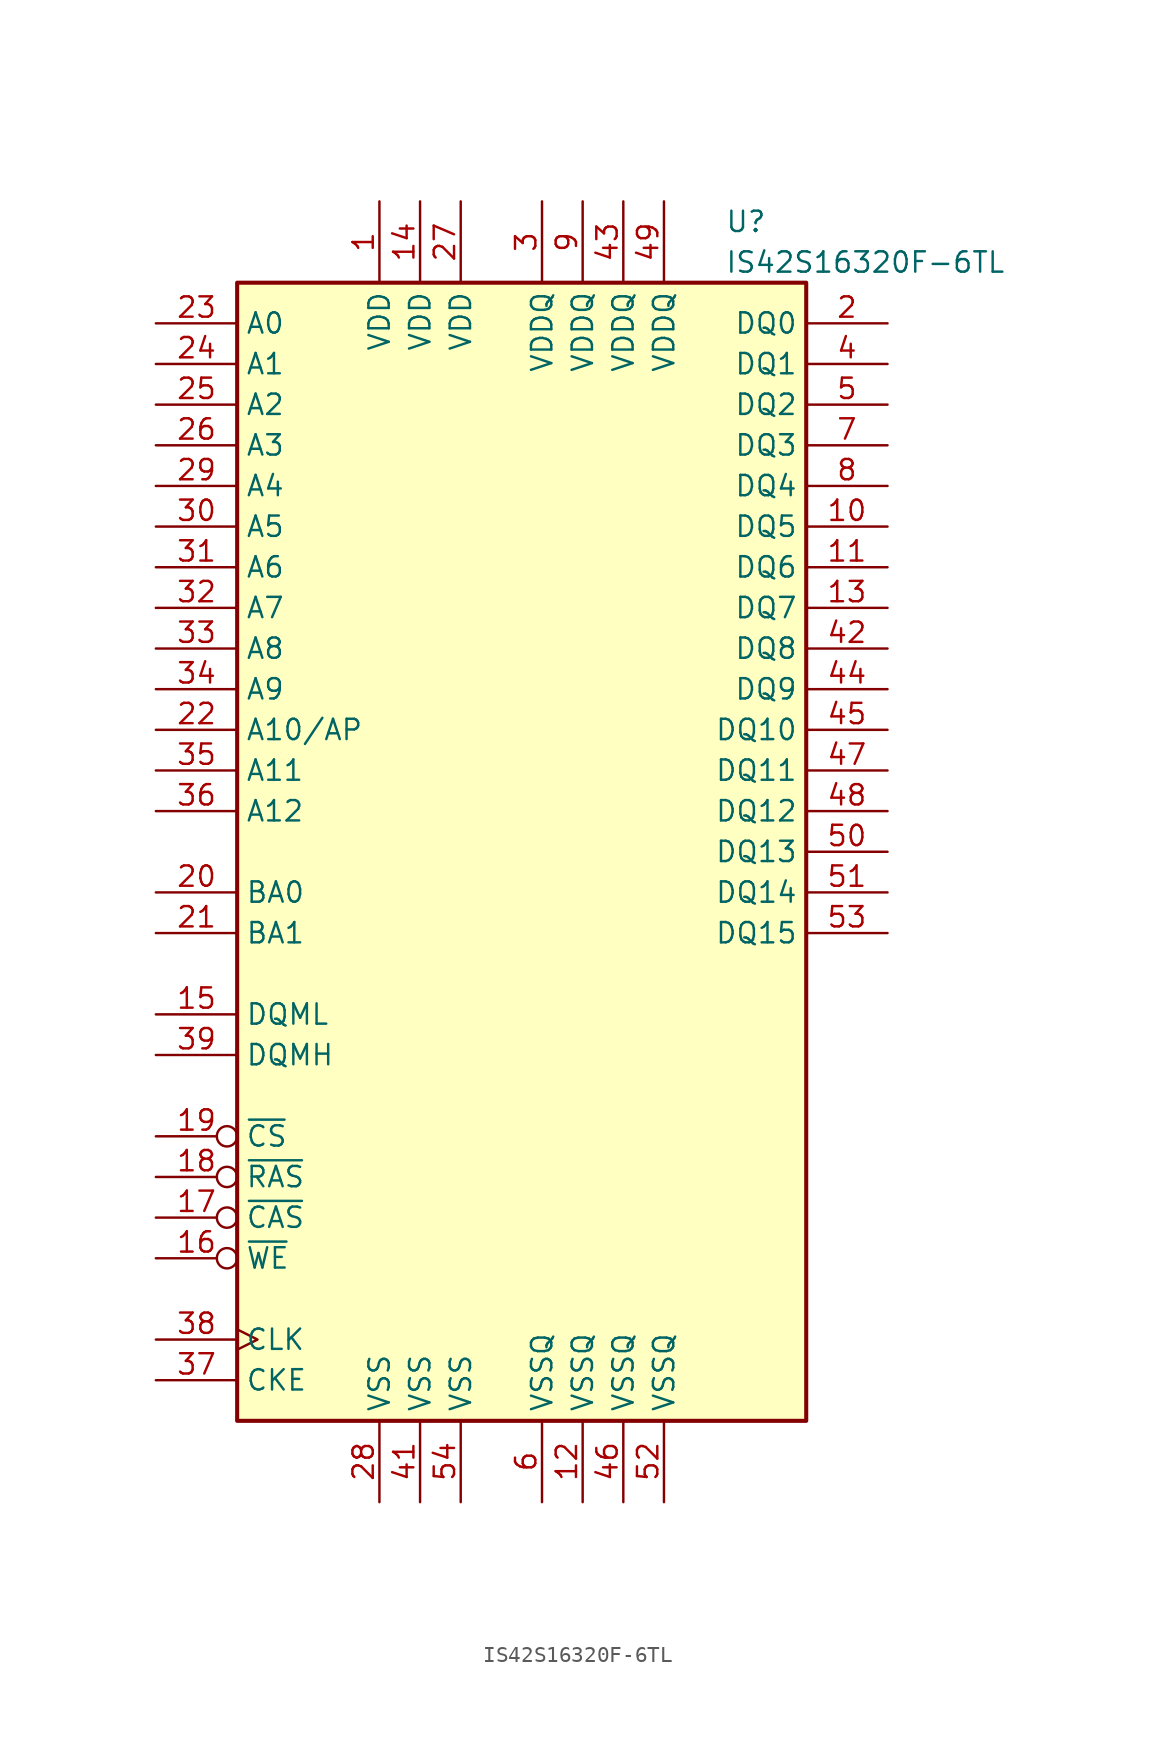
<source format=kicad_sym>
(kicad_symbol_lib
  (version 20231120)
  (generator "kicad_symbol_editor")
  (generator_version "8.0")
  (symbol "IS42S16320F-6TL"
    (property "Reference" "U"
      (at 12.7 34.29 0)
      (effects (font (size 1.27 1.27)) (justify left)))
    (property "Value" "IS42S16320F-6TL"
      (at 12.7 31.75 0)
      (effects (font (size 1.27 1.27)) (justify left)))
    (symbol "IS42S16320F-6TL_1_1"
      (rectangle (start -17.78 30.48) (end 17.78 -40.64) (stroke (width 0.254) (type solid)) (fill (type background)))
      (pin power_in line (at -8.89 35.56 270) (length 5.08) (name "VDD" (effects (font (size 1.27 1.27)))) (number "1" (effects (font (size 1.27 1.27)))))
      (pin bidirectional line (at 22.86 15.24 180) (length 5.08) (name "DQ5" (effects (font (size 1.27 1.27)))) (number "10" (effects (font (size 1.27 1.27)))))
      (pin bidirectional line (at 22.86 12.7 180) (length 5.08) (name "DQ6" (effects (font (size 1.27 1.27)))) (number "11" (effects (font (size 1.27 1.27)))))
      (pin power_in line (at 3.81 -45.72 90) (length 5.08) (name "VSSQ" (effects (font (size 1.27 1.27)))) (number "12" (effects (font (size 1.27 1.27)))))
      (pin bidirectional line (at 22.86 10.16 180) (length 5.08) (name "DQ7" (effects (font (size 1.27 1.27)))) (number "13" (effects (font (size 1.27 1.27)))))
      (pin power_in line (at -6.35 35.56 270) (length 5.08) (name "VDD" (effects (font (size 1.27 1.27)))) (number "14" (effects (font (size 1.27 1.27)))))
      (pin input line (at -22.86 -15.24 0) (length 5.08) (name "DQML" (effects (font (size 1.27 1.27)))) (number "15" (effects (font (size 1.27 1.27)))))
      (pin input inverted (at -22.86 -30.48 0) (length 5.08) (name "~{WE}" (effects (font (size 1.27 1.27)))) (number "16" (effects (font (size 1.27 1.27)))))
      (pin input inverted (at -22.86 -27.94 0) (length 5.08) (name "~{CAS}" (effects (font (size 1.27 1.27)))) (number "17" (effects (font (size 1.27 1.27)))))
      (pin input inverted (at -22.86 -25.4 0) (length 5.08) (name "~{RAS}" (effects (font (size 1.27 1.27)))) (number "18" (effects (font (size 1.27 1.27)))))
      (pin input inverted (at -22.86 -22.86 0) (length 5.08) (name "~{CS}" (effects (font (size 1.27 1.27)))) (number "19" (effects (font (size 1.27 1.27)))))
      (pin bidirectional line (at 22.86 27.94 180) (length 5.08) (name "DQ0" (effects (font (size 1.27 1.27)))) (number "2" (effects (font (size 1.27 1.27)))))
      (pin input line (at -22.86 -7.62 0) (length 5.08) (name "BA0" (effects (font (size 1.27 1.27)))) (number "20" (effects (font (size 1.27 1.27)))))
      (pin input line (at -22.86 -10.16 0) (length 5.08) (name "BA1" (effects (font (size 1.27 1.27)))) (number "21" (effects (font (size 1.27 1.27)))))
      (pin input line (at -22.86 2.54 0) (length 5.08) (name "A10/AP" (effects (font (size 1.27 1.27)))) (number "22" (effects (font (size 1.27 1.27)))))
      (pin input line (at -22.86 27.94 0) (length 5.08) (name "A0" (effects (font (size 1.27 1.27)))) (number "23" (effects (font (size 1.27 1.27)))))
      (pin input line (at -22.86 25.4 0) (length 5.08) (name "A1" (effects (font (size 1.27 1.27)))) (number "24" (effects (font (size 1.27 1.27)))))
      (pin input line (at -22.86 22.86 0) (length 5.08) (name "A2" (effects (font (size 1.27 1.27)))) (number "25" (effects (font (size 1.27 1.27)))))
      (pin input line (at -22.86 20.32 0) (length 5.08) (name "A3" (effects (font (size 1.27 1.27)))) (number "26" (effects (font (size 1.27 1.27)))))
      (pin power_in line (at -3.81 35.56 270) (length 5.08) (name "VDD" (effects (font (size 1.27 1.27)))) (number "27" (effects (font (size 1.27 1.27)))))
      (pin power_in line (at -8.89 -45.72 90) (length 5.08) (name "VSS" (effects (font (size 1.27 1.27)))) (number "28" (effects (font (size 1.27 1.27)))))
      (pin input line (at -22.86 17.78 0) (length 5.08) (name "A4" (effects (font (size 1.27 1.27)))) (number "29" (effects (font (size 1.27 1.27)))))
      (pin power_in line (at 1.27 35.56 270) (length 5.08) (name "VDDQ" (effects (font (size 1.27 1.27)))) (number "3" (effects (font (size 1.27 1.27)))))
      (pin input line (at -22.86 15.24 0) (length 5.08) (name "A5" (effects (font (size 1.27 1.27)))) (number "30" (effects (font (size 1.27 1.27)))))
      (pin input line (at -22.86 12.7 0) (length 5.08) (name "A6" (effects (font (size 1.27 1.27)))) (number "31" (effects (font (size 1.27 1.27)))))
      (pin input line (at -22.86 10.16 0) (length 5.08) (name "A7" (effects (font (size 1.27 1.27)))) (number "32" (effects (font (size 1.27 1.27)))))
      (pin input line (at -22.86 7.62 0) (length 5.08) (name "A8" (effects (font (size 1.27 1.27)))) (number "33" (effects (font (size 1.27 1.27)))))
      (pin input line (at -22.86 5.08 0) (length 5.08) (name "A9" (effects (font (size 1.27 1.27)))) (number "34" (effects (font (size 1.27 1.27)))))
      (pin input line (at -22.86 0 0) (length 5.08) (name "A11" (effects (font (size 1.27 1.27)))) (number "35" (effects (font (size 1.27 1.27)))))
      (pin input line (at -22.86 -2.54 0) (length 5.08) (name "A12" (effects (font (size 1.27 1.27)))) (number "36" (effects (font (size 1.27 1.27)))))
      (pin input line (at -22.86 -38.1 0) (length 5.08) (name "CKE" (effects (font (size 1.27 1.27)))) (number "37" (effects (font (size 1.27 1.27)))))
      (pin input clock (at -22.86 -35.56 0) (length 5.08) (name "CLK" (effects (font (size 1.27 1.27)))) (number "38" (effects (font (size 1.27 1.27)))))
      (pin input line (at -22.86 -17.78 0) (length 5.08) (name "DQMH" (effects (font (size 1.27 1.27)))) (number "39" (effects (font (size 1.27 1.27)))))
      (pin bidirectional line (at 22.86 25.4 180) (length 5.08) (name "DQ1" (effects (font (size 1.27 1.27)))) (number "4" (effects (font (size 1.27 1.27)))))
      (pin no_connect line (at 22.86 -38.1 180) (length 5.08) hide (name "NC" (effects (font (size 1.27 1.27)))) (number "40" (effects (font (size 1.27 1.27)))))
      (pin power_in line (at -6.35 -45.72 90) (length 5.08) (name "VSS" (effects (font (size 1.27 1.27)))) (number "41" (effects (font (size 1.27 1.27)))))
      (pin bidirectional line (at 22.86 7.62 180) (length 5.08) (name "DQ8" (effects (font (size 1.27 1.27)))) (number "42" (effects (font (size 1.27 1.27)))))
      (pin power_in line (at 6.35 35.56 270) (length 5.08) (name "VDDQ" (effects (font (size 1.27 1.27)))) (number "43" (effects (font (size 1.27 1.27)))))
      (pin bidirectional line (at 22.86 5.08 180) (length 5.08) (name "DQ9" (effects (font (size 1.27 1.27)))) (number "44" (effects (font (size 1.27 1.27)))))
      (pin bidirectional line (at 22.86 2.54 180) (length 5.08) (name "DQ10" (effects (font (size 1.27 1.27)))) (number "45" (effects (font (size 1.27 1.27)))))
      (pin power_in line (at 6.35 -45.72 90) (length 5.08) (name "VSSQ" (effects (font (size 1.27 1.27)))) (number "46" (effects (font (size 1.27 1.27)))))
      (pin bidirectional line (at 22.86 0 180) (length 5.08) (name "DQ11" (effects (font (size 1.27 1.27)))) (number "47" (effects (font (size 1.27 1.27)))))
      (pin bidirectional line (at 22.86 -2.54 180) (length 5.08) (name "DQ12" (effects (font (size 1.27 1.27)))) (number "48" (effects (font (size 1.27 1.27)))))
      (pin power_in line (at 8.89 35.56 270) (length 5.08) (name "VDDQ" (effects (font (size 1.27 1.27)))) (number "49" (effects (font (size 1.27 1.27)))))
      (pin bidirectional line (at 22.86 22.86 180) (length 5.08) (name "DQ2" (effects (font (size 1.27 1.27)))) (number "5" (effects (font (size 1.27 1.27)))))
      (pin bidirectional line (at 22.86 -5.08 180) (length 5.08) (name "DQ13" (effects (font (size 1.27 1.27)))) (number "50" (effects (font (size 1.27 1.27)))))
      (pin bidirectional line (at 22.86 -7.62 180) (length 5.08) (name "DQ14" (effects (font (size 1.27 1.27)))) (number "51" (effects (font (size 1.27 1.27)))))
      (pin power_in line (at 8.89 -45.72 90) (length 5.08) (name "VSSQ" (effects (font (size 1.27 1.27)))) (number "52" (effects (font (size 1.27 1.27)))))
      (pin bidirectional line (at 22.86 -10.16 180) (length 5.08) (name "DQ15" (effects (font (size 1.27 1.27)))) (number "53" (effects (font (size 1.27 1.27)))))
      (pin power_in line (at -3.81 -45.72 90) (length 5.08) (name "VSS" (effects (font (size 1.27 1.27)))) (number "54" (effects (font (size 1.27 1.27)))))
      (pin power_in line (at 1.27 -45.72 90) (length 5.08) (name "VSSQ" (effects (font (size 1.27 1.27)))) (number "6" (effects (font (size 1.27 1.27)))))
      (pin bidirectional line (at 22.86 20.32 180) (length 5.08) (name "DQ3" (effects (font (size 1.27 1.27)))) (number "7" (effects (font (size 1.27 1.27)))))
      (pin bidirectional line (at 22.86 17.78 180) (length 5.08) (name "DQ4" (effects (font (size 1.27 1.27)))) (number "8" (effects (font (size 1.27 1.27)))))
      (pin power_in line (at 3.81 35.56 270) (length 5.08) (name "VDDQ" (effects (font (size 1.27 1.27)))) (number "9" (effects (font (size 1.27 1.27))))))))
</source>
